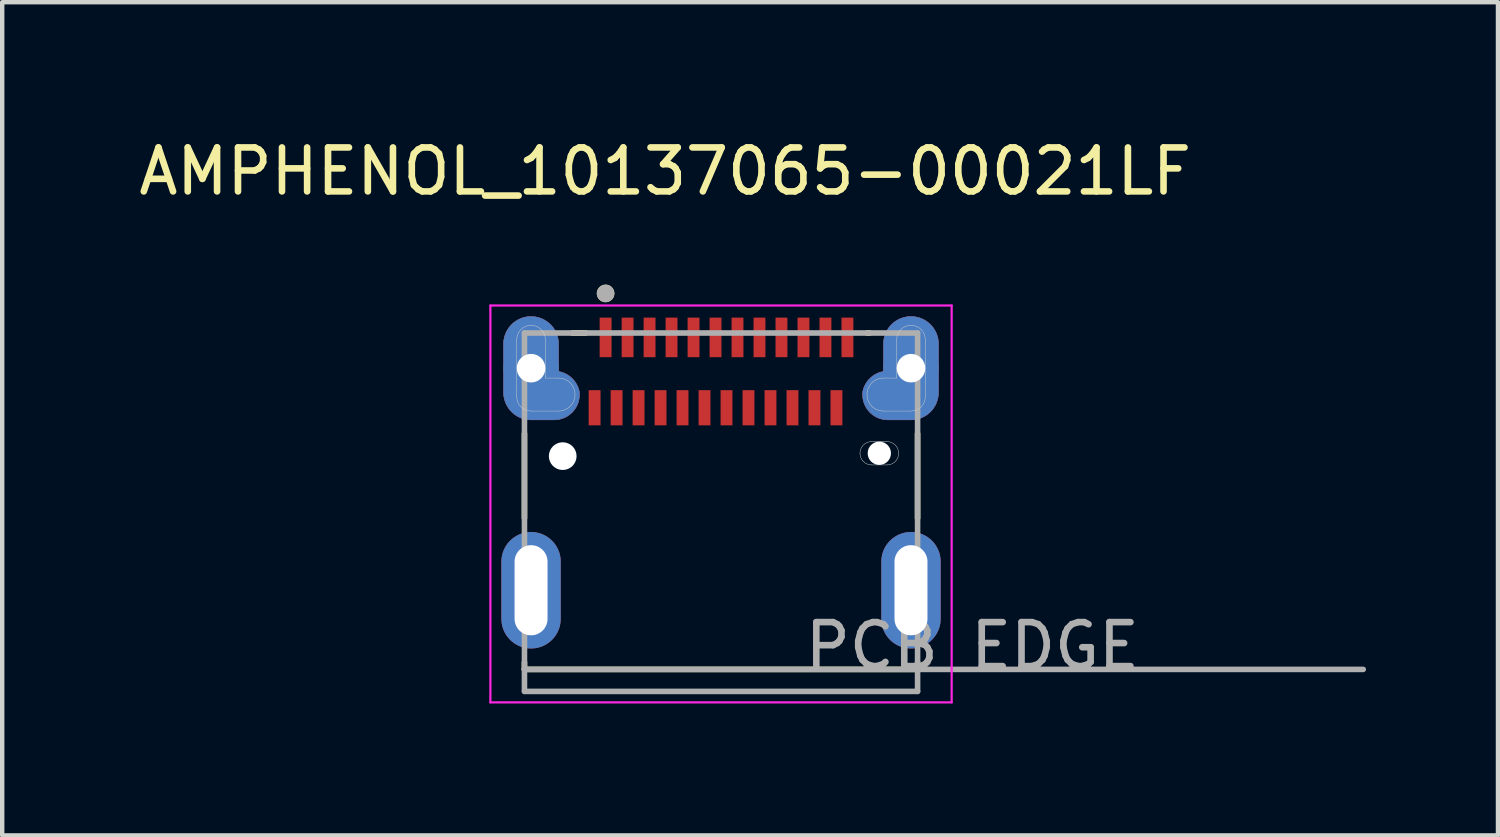
<source format=kicad_pcb>
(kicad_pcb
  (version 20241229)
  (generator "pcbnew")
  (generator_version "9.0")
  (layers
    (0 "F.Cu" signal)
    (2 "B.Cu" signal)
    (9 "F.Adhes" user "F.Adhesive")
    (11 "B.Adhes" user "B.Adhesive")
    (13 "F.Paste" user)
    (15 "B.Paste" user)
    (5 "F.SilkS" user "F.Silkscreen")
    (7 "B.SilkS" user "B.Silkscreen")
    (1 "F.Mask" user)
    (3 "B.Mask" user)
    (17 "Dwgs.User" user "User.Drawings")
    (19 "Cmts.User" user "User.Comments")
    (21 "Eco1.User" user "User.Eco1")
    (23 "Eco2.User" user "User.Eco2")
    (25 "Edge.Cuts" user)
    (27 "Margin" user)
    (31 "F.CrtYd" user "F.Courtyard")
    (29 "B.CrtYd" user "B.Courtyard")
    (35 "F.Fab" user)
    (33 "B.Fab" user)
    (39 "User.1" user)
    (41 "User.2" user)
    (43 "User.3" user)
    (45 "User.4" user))
  (footprint "AMPHENOL_10137065-00021LF"
    (layer "F.Cu")
    (at 13.347 10.373)
    (property "Reference" "AMPHENOL_10137065-00021LF" (at -1.27 -9.525 0) (layer "F.SilkS") (effects (font (size 1 1) (thickness 0.15))))
    (attr smd)
    (fp_poly (pts (xy -3.695 -4.975) (xy -3.695 -5.6) (xy -3.696 -5.633) (xy -3.698 -5.665) (xy -3.703 -5.698) (xy -3.709 -5.73) (xy -3.716 -5.762) (xy -3.726 -5.793) (xy -3.737 -5.824) (xy -3.749 -5.854) (xy -3.763 -5.884) (xy -3.779 -5.912) (xy -3.796 -5.94) (xy -3.814 -5.967) (xy -3.834 -5.993) (xy -3.856 -6.018) (xy -3.878 -6.042) (xy -3.902 -6.064) (xy -3.927 -6.086) (xy -3.953 -6.106) (xy -3.98 -6.124) (xy -4.008 -6.141) (xy -4.036 -6.157) (xy -4.066 -6.171) (xy -4.096 -6.183) (xy -4.127 -6.194) (xy -4.158 -6.204) (xy -4.19 -6.211) (xy -4.222 -6.217) (xy -4.255 -6.222) (xy -4.287 -6.224) (xy -4.32 -6.225) (xy -4.353 -6.224) (xy -4.385 -6.222) (xy -4.418 -6.217) (xy -4.45 -6.211) (xy -4.482 -6.204) (xy -4.513 -6.194) (xy -4.544 -6.183) (xy -4.574 -6.171) (xy -4.604 -6.157) (xy -4.633 -6.141) (xy -4.66 -6.124) (xy -4.687 -6.106) (xy -4.713 -6.086) (xy -4.738 -6.064) (xy -4.762 -6.042) (xy -4.784 -6.018) (xy -4.806 -5.993) (xy -4.826 -5.967) (xy -4.844 -5.94) (xy -4.861 -5.912) (xy -4.877 -5.884) (xy -4.891 -5.854) (xy -4.903 -5.824) (xy -4.914 -5.793) (xy -4.924 -5.762) (xy -4.931 -5.73) (xy -4.937 -5.698) (xy -4.942 -5.665) (xy -4.944 -5.633) (xy -4.945 -5.6) (xy -4.945 -4.5) (xy -4.944 -4.467) (xy -4.942 -4.435) (xy -4.937 -4.402) (xy -4.931 -4.37) (xy -4.924 -4.338) (xy -4.914 -4.307) (xy -4.903 -4.276) (xy -4.891 -4.246) (xy -4.877 -4.216) (xy -4.861 -4.188) (xy -4.844 -4.16) (xy -4.826 -4.133) (xy -4.806 -4.107) (xy -4.784 -4.082) (xy -4.762 -4.058) (xy -4.738 -4.036) (xy -4.713 -4.014) (xy -4.687 -3.994) (xy -4.66 -3.976) (xy -4.633 -3.959) (xy -4.604 -3.943) (xy -4.574 -3.929) (xy -4.544 -3.917) (xy -4.513 -3.906) (xy -4.482 -3.896) (xy -4.45 -3.889) (xy -4.418 -3.883) (xy -4.385 -3.878) (xy -4.353 -3.876) (xy -4.32 -3.875) (xy -3.795 -3.875) (xy -3.765 -3.876) (xy -3.735 -3.878) (xy -3.705 -3.882) (xy -3.675 -3.888) (xy -3.646 -3.895) (xy -3.617 -3.903) (xy -3.589 -3.913) (xy -3.561 -3.925) (xy -3.534 -3.938) (xy -3.508 -3.952) (xy -3.482 -3.968) (xy -3.457 -3.985) (xy -3.433 -4.003) (xy -3.41 -4.023) (xy -3.388 -4.043) (xy -3.368 -4.065) (xy -3.348 -4.088) (xy -3.33 -4.112) (xy -3.313 -4.137) (xy -3.297 -4.162) (xy -3.283 -4.189) (xy -3.27 -4.216) (xy -3.258 -4.244) (xy -3.248 -4.272) (xy -3.24 -4.301) (xy -3.233 -4.33) (xy -3.227 -4.36) (xy -3.223 -4.39) (xy -3.221 -4.42) (xy -3.22 -4.45) (xy -3.22 -4.5) (xy -3.225 -4.523) (xy -3.23 -4.547) (xy -3.237 -4.57) (xy -3.244 -4.592) (xy -3.252 -4.615) (xy -3.262 -4.636) (xy -3.272 -4.658) (xy -3.283 -4.679) (xy -3.295 -4.7) (xy -3.307 -4.72) (xy -3.321 -4.74) (xy -3.335 -4.759) (xy -3.35 -4.777) (xy -3.366 -4.795) (xy -3.383 -4.812) (xy -3.4 -4.829) (xy -3.418 -4.845) (xy -3.436 -4.86) (xy -3.455 -4.874) (xy -3.475 -4.888) (xy -3.495 -4.9) (xy -3.516 -4.912) (xy -3.537 -4.923) (xy -3.559 -4.933) (xy -3.58 -4.943) (xy -3.603 -4.951) (xy -3.625 -4.958) (xy -3.648 -4.965) (xy -3.672 -4.97) (xy -3.695 -4.975)) (stroke (width 0.01) (type solid)) (fill yes) (layer "F.Cu"))
    (fp_poly (pts (xy 3.695 -4.975) (xy 3.695 -5.6) (xy 3.696 -5.633) (xy 3.698 -5.665) (xy 3.703 -5.698) (xy 3.709 -5.73) (xy 3.716 -5.762) (xy 3.726 -5.793) (xy 3.737 -5.824) (xy 3.749 -5.854) (xy 3.763 -5.884) (xy 3.779 -5.912) (xy 3.796 -5.94) (xy 3.814 -5.967) (xy 3.834 -5.993) (xy 3.856 -6.018) (xy 3.878 -6.042) (xy 3.902 -6.064) (xy 3.927 -6.086) (xy 3.953 -6.106) (xy 3.98 -6.124) (xy 4.008 -6.141) (xy 4.036 -6.157) (xy 4.066 -6.171) (xy 4.096 -6.183) (xy 4.127 -6.194) (xy 4.158 -6.204) (xy 4.19 -6.211) (xy 4.222 -6.217) (xy 4.255 -6.222) (xy 4.287 -6.224) (xy 4.32 -6.225) (xy 4.353 -6.224) (xy 4.385 -6.222) (xy 4.418 -6.217) (xy 4.45 -6.211) (xy 4.482 -6.204) (xy 4.513 -6.194) (xy 4.544 -6.183) (xy 4.574 -6.171) (xy 4.604 -6.157) (xy 4.633 -6.141) (xy 4.66 -6.124) (xy 4.687 -6.106) (xy 4.713 -6.086) (xy 4.738 -6.064) (xy 4.762 -6.042) (xy 4.784 -6.018) (xy 4.806 -5.993) (xy 4.826 -5.967) (xy 4.844 -5.94) (xy 4.861 -5.912) (xy 4.877 -5.884) (xy 4.891 -5.854) (xy 4.903 -5.824) (xy 4.914 -5.793) (xy 4.924 -5.762) (xy 4.931 -5.73) (xy 4.937 -5.698) (xy 4.942 -5.665) (xy 4.944 -5.633) (xy 4.945 -5.6) (xy 4.945 -4.5) (xy 4.944 -4.467) (xy 4.942 -4.435) (xy 4.937 -4.402) (xy 4.931 -4.37) (xy 4.924 -4.338) (xy 4.914 -4.307) (xy 4.903 -4.276) (xy 4.891 -4.246) (xy 4.877 -4.216) (xy 4.861 -4.188) (xy 4.844 -4.16) (xy 4.826 -4.133) (xy 4.806 -4.107) (xy 4.784 -4.082) (xy 4.762 -4.058) (xy 4.738 -4.036) (xy 4.713 -4.014) (xy 4.687 -3.994) (xy 4.66 -3.976) (xy 4.633 -3.959) (xy 4.604 -3.943) (xy 4.574 -3.929) (xy 4.544 -3.917) (xy 4.513 -3.906) (xy 4.482 -3.896) (xy 4.45 -3.889) (xy 4.418 -3.883) (xy 4.385 -3.878) (xy 4.353 -3.876) (xy 4.32 -3.875) (xy 3.795 -3.875) (xy 3.765 -3.876) (xy 3.735 -3.878) (xy 3.705 -3.882) (xy 3.675 -3.888) (xy 3.646 -3.895) (xy 3.617 -3.903) (xy 3.589 -3.913) (xy 3.561 -3.925) (xy 3.534 -3.938) (xy 3.508 -3.952) (xy 3.482 -3.968) (xy 3.457 -3.985) (xy 3.433 -4.003) (xy 3.41 -4.023) (xy 3.388 -4.043) (xy 3.368 -4.065) (xy 3.348 -4.088) (xy 3.33 -4.112) (xy 3.313 -4.137) (xy 3.297 -4.162) (xy 3.283 -4.189) (xy 3.27 -4.216) (xy 3.258 -4.244) (xy 3.248 -4.272) (xy 3.24 -4.301) (xy 3.233 -4.33) (xy 3.227 -4.36) (xy 3.223 -4.39) (xy 3.221 -4.42) (xy 3.22 -4.45) (xy 3.22 -4.5) (xy 3.225 -4.523) (xy 3.23 -4.547) (xy 3.237 -4.57) (xy 3.244 -4.592) (xy 3.252 -4.615) (xy 3.262 -4.636) (xy 3.272 -4.658) (xy 3.283 -4.679) (xy 3.295 -4.7) (xy 3.307 -4.72) (xy 3.321 -4.74) (xy 3.335 -4.759) (xy 3.35 -4.777) (xy 3.366 -4.795) (xy 3.383 -4.812) (xy 3.4 -4.829) (xy 3.418 -4.845) (xy 3.436 -4.86) (xy 3.455 -4.874) (xy 3.475 -4.888) (xy 3.495 -4.9) (xy 3.516 -4.912) (xy 3.537 -4.923) (xy 3.559 -4.933) (xy 3.58 -4.943) (xy 3.603 -4.951) (xy 3.625 -4.958) (xy 3.648 -4.965) (xy 3.672 -4.97) (xy 3.695 -4.975)) (stroke (width 0.01) (type solid)) (fill yes) (layer "F.Cu"))
    (fp_poly (pts (xy -3.595 -5.075) (xy -3.595 -5.6) (xy -3.596 -5.638) (xy -3.599 -5.676) (xy -3.604 -5.713) (xy -3.611 -5.751) (xy -3.62 -5.788) (xy -3.63 -5.824) (xy -3.643 -5.86) (xy -3.658 -5.895) (xy -3.674 -5.929) (xy -3.692 -5.963) (xy -3.712 -5.995) (xy -3.733 -6.026) (xy -3.757 -6.056) (xy -3.781 -6.085) (xy -3.807 -6.113) (xy -3.835 -6.139) (xy -3.864 -6.163) (xy -3.894 -6.187) (xy -3.925 -6.208) (xy -3.958 -6.228) (xy -3.991 -6.246) (xy -4.025 -6.262) (xy -4.06 -6.277) (xy -4.096 -6.29) (xy -4.132 -6.3) (xy -4.169 -6.309) (xy -4.207 -6.316) (xy -4.244 -6.321) (xy -4.282 -6.324) (xy -4.32 -6.325) (xy -4.358 -6.324) (xy -4.396 -6.321) (xy -4.433 -6.316) (xy -4.471 -6.309) (xy -4.508 -6.3) (xy -4.544 -6.29) (xy -4.58 -6.277) (xy -4.615 -6.262) (xy -4.649 -6.246) (xy -4.682 -6.228) (xy -4.715 -6.208) (xy -4.746 -6.187) (xy -4.776 -6.163) (xy -4.805 -6.139) (xy -4.833 -6.113) (xy -4.859 -6.085) (xy -4.883 -6.056) (xy -4.907 -6.026) (xy -4.928 -5.995) (xy -4.948 -5.963) (xy -4.966 -5.929) (xy -4.982 -5.895) (xy -4.997 -5.86) (xy -5.01 -5.824) (xy -5.02 -5.788) (xy -5.029 -5.751) (xy -5.036 -5.713) (xy -5.041 -5.676) (xy -5.044 -5.638) (xy -5.045 -5.6) (xy -5.045 -4.5) (xy -5.044 -4.462) (xy -5.041 -4.424) (xy -5.036 -4.387) (xy -5.029 -4.349) (xy -5.02 -4.312) (xy -5.01 -4.276) (xy -4.997 -4.24) (xy -4.982 -4.205) (xy -4.966 -4.171) (xy -4.948 -4.138) (xy -4.928 -4.105) (xy -4.907 -4.074) (xy -4.883 -4.044) (xy -4.859 -4.015) (xy -4.833 -3.987) (xy -4.805 -3.961) (xy -4.776 -3.937) (xy -4.746 -3.913) (xy -4.715 -3.892) (xy -4.683 -3.872) (xy -4.649 -3.854) (xy -4.615 -3.838) (xy -4.58 -3.823) (xy -4.544 -3.81) (xy -4.508 -3.8) (xy -4.471 -3.791) (xy -4.433 -3.784) (xy -4.396 -3.779) (xy -4.358 -3.776) (xy -4.32 -3.775) (xy -3.795 -3.775) (xy -3.76 -3.776) (xy -3.724 -3.779) (xy -3.689 -3.783) (xy -3.655 -3.79) (xy -3.62 -3.798) (xy -3.586 -3.808) (xy -3.553 -3.82) (xy -3.52 -3.833) (xy -3.489 -3.849) (xy -3.458 -3.865) (xy -3.427 -3.884) (xy -3.398 -3.904) (xy -3.37 -3.925) (xy -3.343 -3.948) (xy -3.318 -3.973) (xy -3.293 -3.998) (xy -3.27 -4.025) (xy -3.249 -4.053) (xy -3.229 -4.082) (xy -3.21 -4.112) (xy -3.194 -4.144) (xy -3.178 -4.175) (xy -3.165 -4.208) (xy -3.153 -4.241) (xy -3.143 -4.275) (xy -3.135 -4.31) (xy -3.128 -4.344) (xy -3.124 -4.379) (xy -3.121 -4.415) (xy -3.12 -4.45) (xy -3.12 -4.5) (xy -3.123 -4.531) (xy -3.127 -4.557) (xy -3.132 -4.583) (xy -3.138 -4.609) (xy -3.145 -4.635) (xy -3.153 -4.66) (xy -3.162 -4.685) (xy -3.173 -4.709) (xy -3.184 -4.733) (xy -3.196 -4.757) (xy -3.209 -4.78) (xy -3.223 -4.802) (xy -3.238 -4.824) (xy -3.253 -4.846) (xy -3.27 -4.866) (xy -3.287 -4.886) (xy -3.306 -4.905) (xy -3.325 -4.924) (xy -3.344 -4.941) (xy -3.365 -4.958) (xy -3.386 -4.974) (xy -3.408 -4.989) (xy -3.43 -5.004) (xy -3.453 -5.017) (xy -3.476 -5.029) (xy -3.5 -5.041) (xy -3.525 -5.051) (xy -3.549 -5.061) (xy -3.574 -5.069) (xy -3.595 -5.075)) (stroke (width 0.01) (type solid)) (fill yes) (layer "F.Mask"))
    (fp_poly (pts (xy 3.595 -5.075) (xy 3.595 -5.6) (xy 3.596 -5.638) (xy 3.599 -5.676) (xy 3.604 -5.713) (xy 3.611 -5.751) (xy 3.62 -5.788) (xy 3.63 -5.824) (xy 3.643 -5.86) (xy 3.658 -5.895) (xy 3.674 -5.929) (xy 3.692 -5.963) (xy 3.712 -5.995) (xy 3.733 -6.026) (xy 3.757 -6.056) (xy 3.781 -6.085) (xy 3.807 -6.113) (xy 3.835 -6.139) (xy 3.864 -6.163) (xy 3.894 -6.187) (xy 3.925 -6.208) (xy 3.958 -6.228) (xy 3.991 -6.246) (xy 4.025 -6.262) (xy 4.06 -6.277) (xy 4.096 -6.29) (xy 4.132 -6.3) (xy 4.169 -6.309) (xy 4.207 -6.316) (xy 4.244 -6.321) (xy 4.282 -6.324) (xy 4.32 -6.325) (xy 4.358 -6.324) (xy 4.396 -6.321) (xy 4.433 -6.316) (xy 4.471 -6.309) (xy 4.508 -6.3) (xy 4.544 -6.29) (xy 4.58 -6.277) (xy 4.615 -6.262) (xy 4.649 -6.246) (xy 4.682 -6.228) (xy 4.715 -6.208) (xy 4.746 -6.187) (xy 4.776 -6.163) (xy 4.805 -6.139) (xy 4.833 -6.113) (xy 4.859 -6.085) (xy 4.883 -6.056) (xy 4.907 -6.026) (xy 4.928 -5.995) (xy 4.948 -5.963) (xy 4.966 -5.929) (xy 4.982 -5.895) (xy 4.997 -5.86) (xy 5.01 -5.824) (xy 5.02 -5.788) (xy 5.029 -5.751) (xy 5.036 -5.713) (xy 5.041 -5.676) (xy 5.044 -5.638) (xy 5.045 -5.6) (xy 5.045 -4.5) (xy 5.044 -4.462) (xy 5.041 -4.424) (xy 5.036 -4.387) (xy 5.029 -4.349) (xy 5.02 -4.312) (xy 5.01 -4.276) (xy 4.997 -4.24) (xy 4.982 -4.205) (xy 4.966 -4.171) (xy 4.948 -4.138) (xy 4.928 -4.105) (xy 4.907 -4.074) (xy 4.883 -4.044) (xy 4.859 -4.015) (xy 4.833 -3.987) (xy 4.805 -3.961) (xy 4.776 -3.937) (xy 4.746 -3.913) (xy 4.715 -3.892) (xy 4.683 -3.872) (xy 4.649 -3.854) (xy 4.615 -3.838) (xy 4.58 -3.823) (xy 4.544 -3.81) (xy 4.508 -3.8) (xy 4.471 -3.791) (xy 4.433 -3.784) (xy 4.396 -3.779) (xy 4.358 -3.776) (xy 4.32 -3.775) (xy 3.795 -3.775) (xy 3.76 -3.776) (xy 3.724 -3.779) (xy 3.689 -3.783) (xy 3.655 -3.79) (xy 3.62 -3.798) (xy 3.586 -3.808) (xy 3.553 -3.82) (xy 3.52 -3.833) (xy 3.489 -3.849) (xy 3.458 -3.865) (xy 3.427 -3.884) (xy 3.398 -3.904) (xy 3.37 -3.925) (xy 3.343 -3.948) (xy 3.318 -3.973) (xy 3.293 -3.998) (xy 3.27 -4.025) (xy 3.249 -4.053) (xy 3.229 -4.082) (xy 3.21 -4.112) (xy 3.194 -4.144) (xy 3.178 -4.175) (xy 3.165 -4.208) (xy 3.153 -4.241) (xy 3.143 -4.275) (xy 3.135 -4.31) (xy 3.128 -4.344) (xy 3.124 -4.379) (xy 3.121 -4.415) (xy 3.12 -4.45) (xy 3.12 -4.5) (xy 3.123 -4.531) (xy 3.127 -4.557) (xy 3.132 -4.583) (xy 3.138 -4.609) (xy 3.145 -4.635) (xy 3.153 -4.66) (xy 3.162 -4.685) (xy 3.173 -4.709) (xy 3.184 -4.733) (xy 3.196 -4.757) (xy 3.209 -4.78) (xy 3.223 -4.802) (xy 3.238 -4.824) (xy 3.253 -4.846) (xy 3.27 -4.866) (xy 3.287 -4.886) (xy 3.306 -4.905) (xy 3.325 -4.924) (xy 3.344 -4.941) (xy 3.365 -4.958) (xy 3.386 -4.974) (xy 3.408 -4.989) (xy 3.43 -5.004) (xy 3.453 -5.017) (xy 3.476 -5.029) (xy 3.5 -5.041) (xy 3.525 -5.051) (xy 3.549 -5.061) (xy 3.574 -5.069) (xy 3.595 -5.075)) (stroke (width 0.01) (type solid)) (fill yes) (layer "F.Mask"))
    (fp_poly (pts (xy -3.695 -4.975) (xy -3.695 -5.6) (xy -3.696 -5.633) (xy -3.698 -5.665) (xy -3.703 -5.698) (xy -3.709 -5.73) (xy -3.716 -5.762) (xy -3.726 -5.793) (xy -3.737 -5.824) (xy -3.749 -5.854) (xy -3.763 -5.884) (xy -3.779 -5.912) (xy -3.796 -5.94) (xy -3.814 -5.967) (xy -3.834 -5.993) (xy -3.856 -6.018) (xy -3.878 -6.042) (xy -3.902 -6.064) (xy -3.927 -6.086) (xy -3.953 -6.106) (xy -3.98 -6.124) (xy -4.008 -6.141) (xy -4.036 -6.157) (xy -4.066 -6.171) (xy -4.096 -6.183) (xy -4.127 -6.194) (xy -4.158 -6.204) (xy -4.19 -6.211) (xy -4.222 -6.217) (xy -4.255 -6.222) (xy -4.287 -6.224) (xy -4.32 -6.225) (xy -4.353 -6.224) (xy -4.385 -6.222) (xy -4.418 -6.217) (xy -4.45 -6.211) (xy -4.482 -6.204) (xy -4.513 -6.194) (xy -4.544 -6.183) (xy -4.574 -6.171) (xy -4.604 -6.157) (xy -4.633 -6.141) (xy -4.66 -6.124) (xy -4.687 -6.106) (xy -4.713 -6.086) (xy -4.738 -6.064) (xy -4.762 -6.042) (xy -4.784 -6.018) (xy -4.806 -5.993) (xy -4.826 -5.967) (xy -4.844 -5.94) (xy -4.861 -5.912) (xy -4.877 -5.884) (xy -4.891 -5.854) (xy -4.903 -5.824) (xy -4.914 -5.793) (xy -4.924 -5.762) (xy -4.931 -5.73) (xy -4.937 -5.698) (xy -4.942 -5.665) (xy -4.944 -5.633) (xy -4.945 -5.6) (xy -4.945 -4.5) (xy -4.944 -4.467) (xy -4.942 -4.435) (xy -4.937 -4.402) (xy -4.931 -4.37) (xy -4.924 -4.338) (xy -4.914 -4.307) (xy -4.903 -4.276) (xy -4.891 -4.246) (xy -4.877 -4.216) (xy -4.861 -4.188) (xy -4.844 -4.16) (xy -4.826 -4.133) (xy -4.806 -4.107) (xy -4.784 -4.082) (xy -4.762 -4.058) (xy -4.738 -4.036) (xy -4.713 -4.014) (xy -4.687 -3.994) (xy -4.66 -3.976) (xy -4.633 -3.959) (xy -4.604 -3.943) (xy -4.574 -3.929) (xy -4.544 -3.917) (xy -4.513 -3.906) (xy -4.482 -3.896) (xy -4.45 -3.889) (xy -4.418 -3.883) (xy -4.385 -3.878) (xy -4.353 -3.876) (xy -4.32 -3.875) (xy -3.795 -3.875) (xy -3.765 -3.876) (xy -3.735 -3.878) (xy -3.705 -3.882) (xy -3.675 -3.888) (xy -3.646 -3.895) (xy -3.617 -3.903) (xy -3.589 -3.913) (xy -3.561 -3.925) (xy -3.534 -3.938) (xy -3.508 -3.952) (xy -3.482 -3.968) (xy -3.457 -3.985) (xy -3.433 -4.003) (xy -3.41 -4.023) (xy -3.388 -4.043) (xy -3.368 -4.065) (xy -3.348 -4.088) (xy -3.33 -4.112) (xy -3.313 -4.137) (xy -3.297 -4.162) (xy -3.283 -4.189) (xy -3.27 -4.216) (xy -3.258 -4.244) (xy -3.248 -4.272) (xy -3.24 -4.301) (xy -3.233 -4.33) (xy -3.227 -4.36) (xy -3.223 -4.39) (xy -3.221 -4.42) (xy -3.22 -4.45) (xy -3.22 -4.5) (xy -3.225 -4.523) (xy -3.23 -4.547) (xy -3.237 -4.57) (xy -3.244 -4.592) (xy -3.252 -4.615) (xy -3.262 -4.636) (xy -3.272 -4.658) (xy -3.283 -4.679) (xy -3.295 -4.7) (xy -3.307 -4.72) (xy -3.321 -4.74) (xy -3.335 -4.759) (xy -3.35 -4.777) (xy -3.366 -4.795) (xy -3.383 -4.812) (xy -3.4 -4.829) (xy -3.418 -4.845) (xy -3.436 -4.86) (xy -3.455 -4.874) (xy -3.475 -4.888) (xy -3.495 -4.9) (xy -3.516 -4.912) (xy -3.537 -4.923) (xy -3.559 -4.933) (xy -3.58 -4.943) (xy -3.603 -4.951) (xy -3.625 -4.958) (xy -3.648 -4.965) (xy -3.672 -4.97) (xy -3.695 -4.975)) (stroke (width 0.01) (type solid)) (fill yes) (layer "B.Cu"))
    (fp_poly (pts (xy 3.695 -4.975) (xy 3.695 -5.6) (xy 3.696 -5.633) (xy 3.698 -5.665) (xy 3.703 -5.698) (xy 3.709 -5.73) (xy 3.716 -5.762) (xy 3.726 -5.793) (xy 3.737 -5.824) (xy 3.749 -5.854) (xy 3.763 -5.884) (xy 3.779 -5.912) (xy 3.796 -5.94) (xy 3.814 -5.967) (xy 3.834 -5.993) (xy 3.856 -6.018) (xy 3.878 -6.042) (xy 3.902 -6.064) (xy 3.927 -6.086) (xy 3.953 -6.106) (xy 3.98 -6.124) (xy 4.008 -6.141) (xy 4.036 -6.157) (xy 4.066 -6.171) (xy 4.096 -6.183) (xy 4.127 -6.194) (xy 4.158 -6.204) (xy 4.19 -6.211) (xy 4.222 -6.217) (xy 4.255 -6.222) (xy 4.287 -6.224) (xy 4.32 -6.225) (xy 4.353 -6.224) (xy 4.385 -6.222) (xy 4.418 -6.217) (xy 4.45 -6.211) (xy 4.482 -6.204) (xy 4.513 -6.194) (xy 4.544 -6.183) (xy 4.574 -6.171) (xy 4.604 -6.157) (xy 4.633 -6.141) (xy 4.66 -6.124) (xy 4.687 -6.106) (xy 4.713 -6.086) (xy 4.738 -6.064) (xy 4.762 -6.042) (xy 4.784 -6.018) (xy 4.806 -5.993) (xy 4.826 -5.967) (xy 4.844 -5.94) (xy 4.861 -5.912) (xy 4.877 -5.884) (xy 4.891 -5.854) (xy 4.903 -5.824) (xy 4.914 -5.793) (xy 4.924 -5.762) (xy 4.931 -5.73) (xy 4.937 -5.698) (xy 4.942 -5.665) (xy 4.944 -5.633) (xy 4.945 -5.6) (xy 4.945 -4.5) (xy 4.944 -4.467) (xy 4.942 -4.435) (xy 4.937 -4.402) (xy 4.931 -4.37) (xy 4.924 -4.338) (xy 4.914 -4.307) (xy 4.903 -4.276) (xy 4.891 -4.246) (xy 4.877 -4.216) (xy 4.861 -4.188) (xy 4.844 -4.16) (xy 4.826 -4.133) (xy 4.806 -4.107) (xy 4.784 -4.082) (xy 4.762 -4.058) (xy 4.738 -4.036) (xy 4.713 -4.014) (xy 4.687 -3.994) (xy 4.66 -3.976) (xy 4.633 -3.959) (xy 4.604 -3.943) (xy 4.574 -3.929) (xy 4.544 -3.917) (xy 4.513 -3.906) (xy 4.482 -3.896) (xy 4.45 -3.889) (xy 4.418 -3.883) (xy 4.385 -3.878) (xy 4.353 -3.876) (xy 4.32 -3.875) (xy 3.795 -3.875) (xy 3.765 -3.876) (xy 3.735 -3.878) (xy 3.705 -3.882) (xy 3.675 -3.888) (xy 3.646 -3.895) (xy 3.617 -3.903) (xy 3.589 -3.913) (xy 3.561 -3.925) (xy 3.534 -3.938) (xy 3.508 -3.952) (xy 3.482 -3.968) (xy 3.457 -3.985) (xy 3.433 -4.003) (xy 3.41 -4.023) (xy 3.388 -4.043) (xy 3.368 -4.065) (xy 3.348 -4.088) (xy 3.33 -4.112) (xy 3.313 -4.137) (xy 3.297 -4.162) (xy 3.283 -4.189) (xy 3.27 -4.216) (xy 3.258 -4.244) (xy 3.248 -4.272) (xy 3.24 -4.301) (xy 3.233 -4.33) (xy 3.227 -4.36) (xy 3.223 -4.39) (xy 3.221 -4.42) (xy 3.22 -4.45) (xy 3.22 -4.5) (xy 3.225 -4.523) (xy 3.23 -4.547) (xy 3.237 -4.57) (xy 3.244 -4.592) (xy 3.252 -4.615) (xy 3.262 -4.636) (xy 3.272 -4.658) (xy 3.283 -4.679) (xy 3.295 -4.7) (xy 3.307 -4.72) (xy 3.321 -4.74) (xy 3.335 -4.759) (xy 3.35 -4.777) (xy 3.366 -4.795) (xy 3.383 -4.812) (xy 3.4 -4.829) (xy 3.418 -4.845) (xy 3.436 -4.86) (xy 3.455 -4.874) (xy 3.475 -4.888) (xy 3.495 -4.9) (xy 3.516 -4.912) (xy 3.537 -4.923) (xy 3.559 -4.933) (xy 3.58 -4.943) (xy 3.603 -4.951) (xy 3.625 -4.958) (xy 3.648 -4.965) (xy 3.672 -4.97) (xy 3.695 -4.975)) (stroke (width 0.01) (type solid)) (fill yes) (layer "B.Cu"))
    (fp_poly (pts (xy -3.595 -5.075) (xy -3.595 -5.6) (xy -3.596 -5.638) (xy -3.599 -5.676) (xy -3.604 -5.713) (xy -3.611 -5.751) (xy -3.62 -5.788) (xy -3.63 -5.824) (xy -3.643 -5.86) (xy -3.658 -5.895) (xy -3.674 -5.929) (xy -3.692 -5.963) (xy -3.712 -5.995) (xy -3.733 -6.026) (xy -3.757 -6.056) (xy -3.781 -6.085) (xy -3.807 -6.113) (xy -3.835 -6.139) (xy -3.864 -6.163) (xy -3.894 -6.187) (xy -3.925 -6.208) (xy -3.958 -6.228) (xy -3.991 -6.246) (xy -4.025 -6.262) (xy -4.06 -6.277) (xy -4.096 -6.29) (xy -4.132 -6.3) (xy -4.169 -6.309) (xy -4.207 -6.316) (xy -4.244 -6.321) (xy -4.282 -6.324) (xy -4.32 -6.325) (xy -4.358 -6.324) (xy -4.396 -6.321) (xy -4.433 -6.316) (xy -4.471 -6.309) (xy -4.508 -6.3) (xy -4.544 -6.29) (xy -4.58 -6.277) (xy -4.615 -6.262) (xy -4.649 -6.246) (xy -4.682 -6.228) (xy -4.715 -6.208) (xy -4.746 -6.187) (xy -4.776 -6.163) (xy -4.805 -6.139) (xy -4.833 -6.113) (xy -4.859 -6.085) (xy -4.883 -6.056) (xy -4.907 -6.026) (xy -4.928 -5.995) (xy -4.948 -5.963) (xy -4.966 -5.929) (xy -4.982 -5.895) (xy -4.997 -5.86) (xy -5.01 -5.824) (xy -5.02 -5.788) (xy -5.029 -5.751) (xy -5.036 -5.713) (xy -5.041 -5.676) (xy -5.044 -5.638) (xy -5.045 -5.6) (xy -5.045 -4.5) (xy -5.044 -4.462) (xy -5.041 -4.424) (xy -5.036 -4.387) (xy -5.029 -4.349) (xy -5.02 -4.312) (xy -5.01 -4.276) (xy -4.997 -4.24) (xy -4.982 -4.205) (xy -4.966 -4.171) (xy -4.948 -4.138) (xy -4.928 -4.105) (xy -4.907 -4.074) (xy -4.883 -4.044) (xy -4.859 -4.015) (xy -4.833 -3.987) (xy -4.805 -3.961) (xy -4.776 -3.937) (xy -4.746 -3.913) (xy -4.715 -3.892) (xy -4.683 -3.872) (xy -4.649 -3.854) (xy -4.615 -3.838) (xy -4.58 -3.823) (xy -4.544 -3.81) (xy -4.508 -3.8) (xy -4.471 -3.791) (xy -4.433 -3.784) (xy -4.396 -3.779) (xy -4.358 -3.776) (xy -4.32 -3.775) (xy -3.795 -3.775) (xy -3.76 -3.776) (xy -3.724 -3.779) (xy -3.689 -3.783) (xy -3.655 -3.79) (xy -3.62 -3.798) (xy -3.586 -3.808) (xy -3.553 -3.82) (xy -3.52 -3.833) (xy -3.489 -3.849) (xy -3.458 -3.865) (xy -3.427 -3.884) (xy -3.398 -3.904) (xy -3.37 -3.925) (xy -3.343 -3.948) (xy -3.318 -3.973) (xy -3.293 -3.998) (xy -3.27 -4.025) (xy -3.249 -4.053) (xy -3.229 -4.082) (xy -3.21 -4.112) (xy -3.194 -4.144) (xy -3.178 -4.175) (xy -3.165 -4.208) (xy -3.153 -4.241) (xy -3.143 -4.275) (xy -3.135 -4.31) (xy -3.128 -4.344) (xy -3.124 -4.379) (xy -3.121 -4.415) (xy -3.12 -4.45) (xy -3.12 -4.5) (xy -3.123 -4.531) (xy -3.127 -4.557) (xy -3.132 -4.583) (xy -3.138 -4.609) (xy -3.145 -4.635) (xy -3.153 -4.66) (xy -3.162 -4.685) (xy -3.173 -4.709) (xy -3.184 -4.733) (xy -3.196 -4.757) (xy -3.209 -4.78) (xy -3.223 -4.802) (xy -3.238 -4.824) (xy -3.253 -4.846) (xy -3.27 -4.866) (xy -3.287 -4.886) (xy -3.306 -4.905) (xy -3.325 -4.924) (xy -3.344 -4.941) (xy -3.365 -4.958) (xy -3.386 -4.974) (xy -3.408 -4.989) (xy -3.43 -5.004) (xy -3.453 -5.017) (xy -3.476 -5.029) (xy -3.5 -5.041) (xy -3.525 -5.051) (xy -3.549 -5.061) (xy -3.574 -5.069) (xy -3.595 -5.075)) (stroke (width 0.01) (type solid)) (fill yes) (layer "B.Mask"))
    (fp_poly (pts (xy 3.595 -5.075) (xy 3.595 -5.6) (xy 3.596 -5.638) (xy 3.599 -5.676) (xy 3.604 -5.713) (xy 3.611 -5.751) (xy 3.62 -5.788) (xy 3.63 -5.824) (xy 3.643 -5.86) (xy 3.658 -5.895) (xy 3.674 -5.929) (xy 3.692 -5.963) (xy 3.712 -5.995) (xy 3.733 -6.026) (xy 3.757 -6.056) (xy 3.781 -6.085) (xy 3.807 -6.113) (xy 3.835 -6.139) (xy 3.864 -6.163) (xy 3.894 -6.187) (xy 3.925 -6.208) (xy 3.958 -6.228) (xy 3.991 -6.246) (xy 4.025 -6.262) (xy 4.06 -6.277) (xy 4.096 -6.29) (xy 4.132 -6.3) (xy 4.169 -6.309) (xy 4.207 -6.316) (xy 4.244 -6.321) (xy 4.282 -6.324) (xy 4.32 -6.325) (xy 4.358 -6.324) (xy 4.396 -6.321) (xy 4.433 -6.316) (xy 4.471 -6.309) (xy 4.508 -6.3) (xy 4.544 -6.29) (xy 4.58 -6.277) (xy 4.615 -6.262) (xy 4.649 -6.246) (xy 4.682 -6.228) (xy 4.715 -6.208) (xy 4.746 -6.187) (xy 4.776 -6.163) (xy 4.805 -6.139) (xy 4.833 -6.113) (xy 4.859 -6.085) (xy 4.883 -6.056) (xy 4.907 -6.026) (xy 4.928 -5.995) (xy 4.948 -5.963) (xy 4.966 -5.929) (xy 4.982 -5.895) (xy 4.997 -5.86) (xy 5.01 -5.824) (xy 5.02 -5.788) (xy 5.029 -5.751) (xy 5.036 -5.713) (xy 5.041 -5.676) (xy 5.044 -5.638) (xy 5.045 -5.6) (xy 5.045 -4.5) (xy 5.044 -4.462) (xy 5.041 -4.424) (xy 5.036 -4.387) (xy 5.029 -4.349) (xy 5.02 -4.312) (xy 5.01 -4.276) (xy 4.997 -4.24) (xy 4.982 -4.205) (xy 4.966 -4.171) (xy 4.948 -4.138) (xy 4.928 -4.105) (xy 4.907 -4.074) (xy 4.883 -4.044) (xy 4.859 -4.015) (xy 4.833 -3.987) (xy 4.805 -3.961) (xy 4.776 -3.937) (xy 4.746 -3.913) (xy 4.715 -3.892) (xy 4.683 -3.872) (xy 4.649 -3.854) (xy 4.615 -3.838) (xy 4.58 -3.823) (xy 4.544 -3.81) (xy 4.508 -3.8) (xy 4.471 -3.791) (xy 4.433 -3.784) (xy 4.396 -3.779) (xy 4.358 -3.776) (xy 4.32 -3.775) (xy 3.795 -3.775) (xy 3.76 -3.776) (xy 3.724 -3.779) (xy 3.689 -3.783) (xy 3.655 -3.79) (xy 3.62 -3.798) (xy 3.586 -3.808) (xy 3.553 -3.82) (xy 3.52 -3.833) (xy 3.489 -3.849) (xy 3.458 -3.865) (xy 3.427 -3.884) (xy 3.398 -3.904) (xy 3.37 -3.925) (xy 3.343 -3.948) (xy 3.318 -3.973) (xy 3.293 -3.998) (xy 3.27 -4.025) (xy 3.249 -4.053) (xy 3.229 -4.082) (xy 3.21 -4.112) (xy 3.194 -4.144) (xy 3.178 -4.175) (xy 3.165 -4.208) (xy 3.153 -4.241) (xy 3.143 -4.275) (xy 3.135 -4.31) (xy 3.128 -4.344) (xy 3.124 -4.379) (xy 3.121 -4.415) (xy 3.12 -4.45) (xy 3.12 -4.5) (xy 3.123 -4.531) (xy 3.127 -4.557) (xy 3.132 -4.583) (xy 3.138 -4.609) (xy 3.145 -4.635) (xy 3.153 -4.66) (xy 3.162 -4.685) (xy 3.173 -4.709) (xy 3.184 -4.733) (xy 3.196 -4.757) (xy 3.209 -4.78) (xy 3.223 -4.802) (xy 3.238 -4.824) (xy 3.253 -4.846) (xy 3.27 -4.866) (xy 3.287 -4.886) (xy 3.306 -4.905) (xy 3.325 -4.924) (xy 3.344 -4.941) (xy 3.365 -4.958) (xy 3.386 -4.974) (xy 3.408 -4.989) (xy 3.43 -5.004) (xy 3.453 -5.017) (xy 3.476 -5.029) (xy 3.5 -5.041) (xy 3.525 -5.051) (xy 3.549 -5.061) (xy 3.574 -5.069) (xy 3.595 -5.075)) (stroke (width 0.01) (type solid)) (fill yes) (layer "B.Mask"))
    (fp_line (start -4.47 -1.639) (end -4.47 -3.562) (stroke (width 0.127) (type solid)) (layer "F.SilkS"))
    (fp_line (start -4.47 1.8) (end -4.47 1.639) (stroke (width 0.127) (type solid)) (layer "F.SilkS"))
    (fp_line (start -3.381 -5.85) (end -3.074 -5.85) (stroke (width 0.127) (type solid)) (layer "F.SilkS"))
    (fp_line (start 3.324 -5.85) (end 3.381 -5.85) (stroke (width 0.127) (type solid)) (layer "F.SilkS"))
    (fp_line (start 4.47 -3.562) (end 4.47 -1.639) (stroke (width 0.127) (type solid)) (layer "F.SilkS"))
    (fp_line (start 4.47 1.639) (end 4.47 1.8) (stroke (width 0.127) (type solid)) (layer "F.SilkS"))
    (fp_line (start 4.47 1.8) (end -4.47 1.8) (stroke (width 0.127) (type solid)) (layer "F.SilkS"))
    (fp_circle (center -2.625 -6.75) (end -2.525 -6.75) (stroke (width 0.2) (type solid)) (fill no) (layer "F.SilkS"))
    (fp_line (start -4.645 -5.7) (end -4.645 -4.4) (stroke (width 0.01) (type solid)) (layer "Edge.Cuts"))
    (fp_line (start -4.32 -4.075) (end -3.695 -4.075) (stroke (width 0.01) (type solid)) (layer "Edge.Cuts"))
    (fp_line (start -3.995 -4.825) (end -3.995 -5.7) (stroke (width 0.01) (type solid)) (layer "Edge.Cuts"))
    (fp_line (start -3.695 -4.825) (end -3.995 -4.825) (stroke (width 0.01) (type solid)) (layer "Edge.Cuts"))
    (fp_line (start 3.425 -3.38) (end 3.775 -3.38) (stroke (width 0.01) (type solid)) (layer "Edge.Cuts"))
    (fp_line (start 3.695 -4.825) (end 3.995 -4.825) (stroke (width 0.01) (type solid)) (layer "Edge.Cuts"))
    (fp_line (start 3.775 -2.85) (end 3.425 -2.85) (stroke (width 0.01) (type solid)) (layer "Edge.Cuts"))
    (fp_line (start 3.995 -4.825) (end 3.995 -5.7) (stroke (width 0.01) (type solid)) (layer "Edge.Cuts"))
    (fp_line (start 4.32 -4.075) (end 3.695 -4.075) (stroke (width 0.01) (type solid)) (layer "Edge.Cuts"))
    (fp_line (start 4.645 -5.7) (end 4.645 -4.4) (stroke (width 0.01) (type solid)) (layer "Edge.Cuts"))
    (fp_arc (start -4.645 -5.7) (mid -4.54981 -5.92981) (end -4.32 -6.025) (stroke (width 0.01) (type solid)) (layer "Edge.Cuts"))
    (fp_arc (start -4.32 -6.025) (mid -4.09019 -5.92981) (end -3.995 -5.7) (stroke (width 0.01) (type solid)) (layer "Edge.Cuts"))
    (fp_arc (start -4.32 -4.075) (mid -4.54981 -4.17019) (end -4.645 -4.4) (stroke (width 0.01) (type solid)) (layer "Edge.Cuts"))
    (fp_arc (start -3.695 -4.825) (mid -3.429835 -4.715165) (end -3.32 -4.45) (stroke (width 0.01) (type solid)) (layer "Edge.Cuts"))
    (fp_arc (start -3.32 -4.45) (mid -3.429835 -4.184835) (end -3.695 -4.075) (stroke (width 0.01) (type solid)) (layer "Edge.Cuts"))
    (fp_arc (start 3.16 -3.115) (mid 3.237617 -3.302383) (end 3.425 -3.38) (stroke (width 0.01) (type solid)) (layer "Edge.Cuts"))
    (fp_arc (start 3.32 -4.45) (mid 3.429835 -4.715165) (end 3.695 -4.825) (stroke (width 0.01) (type solid)) (layer "Edge.Cuts"))
    (fp_arc (start 3.425 -2.85) (mid 3.237617 -2.927617) (end 3.16 -3.115) (stroke (width 0.01) (type solid)) (layer "Edge.Cuts"))
    (fp_arc (start 3.695 -4.075) (mid 3.429835 -4.184835) (end 3.32 -4.45) (stroke (width 0.01) (type solid)) (layer "Edge.Cuts"))
    (fp_arc (start 3.775 -3.38) (mid 3.962383 -3.302383) (end 4.04 -3.115) (stroke (width 0.01) (type solid)) (layer "Edge.Cuts"))
    (fp_arc (start 3.995 -5.7) (mid 4.09019 -5.92981) (end 4.32 -6.025) (stroke (width 0.01) (type solid)) (layer "Edge.Cuts"))
    (fp_arc (start 4.04 -3.115) (mid 3.962383 -2.927617) (end 3.775 -2.85) (stroke (width 0.01) (type solid)) (layer "Edge.Cuts"))
    (fp_arc (start 4.32 -6.025) (mid 4.54981 -5.92981) (end 4.645 -5.7) (stroke (width 0.01) (type solid)) (layer "Edge.Cuts"))
    (fp_arc (start 4.645 -4.4) (mid 4.54981 -4.17019) (end 4.32 -4.075) (stroke (width 0.01) (type solid)) (layer "Edge.Cuts"))
    (fp_line (start -5.245 -6.475) (end 5.245 -6.475) (stroke (width 0.05) (type solid)) (layer "F.CrtYd"))
    (fp_line (start -5.245 2.55) (end -5.245 -6.475) (stroke (width 0.05) (type solid)) (layer "F.CrtYd"))
    (fp_line (start 5.245 -6.475) (end 5.245 2.55) (stroke (width 0.05) (type solid)) (layer "F.CrtYd"))
    (fp_line (start 5.245 2.55) (end -5.245 2.55) (stroke (width 0.05) (type solid)) (layer "F.CrtYd"))
    (fp_line (start -4.47 -5.85) (end 4.47 -5.85) (stroke (width 0.127) (type solid)) (layer "F.Fab"))
    (fp_line (start -4.47 1.8) (end -4.47 -5.85) (stroke (width 0.127) (type solid)) (layer "F.Fab"))
    (fp_line (start -4.47 1.8) (end 14.605 1.8) (stroke (width 0.127) (type solid)) (layer "F.Fab"))
    (fp_line (start -4.47 2.3) (end -4.47 1.8) (stroke (width 0.127) (type solid)) (layer "F.Fab"))
    (fp_line (start 4.47 -5.85) (end 4.47 2.3) (stroke (width 0.127) (type solid)) (layer "F.Fab"))
    (fp_line (start 4.47 2.3) (end -4.47 2.3) (stroke (width 0.127) (type solid)) (layer "F.Fab"))
    (fp_circle (center -2.625 -6.75) (end -2.525 -6.75) (stroke (width 0.2) (type solid)) (fill no) (layer "F.Fab"))
    (fp_text user "PCB EDGE" (at 5.715 1.27 0) (layer "F.Fab") (effects (font (size 1 1) (thickness 0.15))))
    (pad "" np_thru_hole circle (at -3.6 -3.05) (size 0.63 0.63) (drill 0.63) (layers "*.Cu" "*.Mask"))
    (pad "" np_thru_hole circle (at 3.6 -3.115) (size 0.53 0.53) (drill 0.53) (layers "*.Cu" "*.Mask"))
    (pad "A1" smd rect (at -2.625 -5.75) (size 0.27 0.9) (layers "F.Cu" "F.Mask" "F.Paste"))
    (pad "A2" smd rect (at -2.125 -5.75) (size 0.27 0.9) (layers "F.Cu" "F.Mask" "F.Paste"))
    (pad "A3" smd rect (at -1.625 -5.75) (size 0.27 0.9) (layers "F.Cu" "F.Mask" "F.Paste"))
    (pad "A4" smd rect (at -1.125 -5.75) (size 0.27 0.9) (layers "F.Cu" "F.Mask" "F.Paste"))
    (pad "A5" smd rect (at -0.625 -5.75) (size 0.27 0.9) (layers "F.Cu" "F.Mask" "F.Paste"))
    (pad "A6" smd rect (at -0.125 -5.75) (size 0.27 0.9) (layers "F.Cu" "F.Mask" "F.Paste"))
    (pad "A7" smd rect (at 0.375 -5.75) (size 0.27 0.9) (layers "F.Cu" "F.Mask" "F.Paste"))
    (pad "A8" smd rect (at 0.875 -5.75) (size 0.27 0.9) (layers "F.Cu" "F.Mask" "F.Paste"))
    (pad "A9" smd rect (at 1.375 -5.75) (size 0.27 0.9) (layers "F.Cu" "F.Mask" "F.Paste"))
    (pad "A10" smd rect (at 1.875 -5.75) (size 0.27 0.9) (layers "F.Cu" "F.Mask" "F.Paste"))
    (pad "A11" smd rect (at 2.375 -5.75) (size 0.27 0.9) (layers "F.Cu" "F.Mask" "F.Paste"))
    (pad "A12" smd rect (at 2.875 -5.75) (size 0.27 0.9) (layers "F.Cu" "F.Mask" "F.Paste"))
    (pad "B1" smd rect (at 2.625 -4.15) (size 0.27 0.8) (layers "F.Cu" "F.Mask" "F.Paste"))
    (pad "B2" smd rect (at 2.125 -4.15) (size 0.27 0.8) (layers "F.Cu" "F.Mask" "F.Paste"))
    (pad "B3" smd rect (at 1.625 -4.15) (size 0.27 0.8) (layers "F.Cu" "F.Mask" "F.Paste"))
    (pad "B4" smd rect (at 1.125 -4.15) (size 0.27 0.8) (layers "F.Cu" "F.Mask" "F.Paste"))
    (pad "B5" smd rect (at 0.625 -4.15) (size 0.27 0.8) (layers "F.Cu" "F.Mask" "F.Paste"))
    (pad "B6" smd rect (at 0.125 -4.15) (size 0.27 0.8) (layers "F.Cu" "F.Mask" "F.Paste"))
    (pad "B7" smd rect (at -0.375 -4.15) (size 0.27 0.8) (layers "F.Cu" "F.Mask" "F.Paste"))
    (pad "B8" smd rect (at -0.875 -4.15) (size 0.27 0.8) (layers "F.Cu" "F.Mask" "F.Paste"))
    (pad "B9" smd rect (at -1.375 -4.15) (size 0.27 0.8) (layers "F.Cu" "F.Mask" "F.Paste"))
    (pad "B10" smd rect (at -1.875 -4.15) (size 0.27 0.8) (layers "F.Cu" "F.Mask" "F.Paste"))
    (pad "B11" smd rect (at -2.375 -4.15) (size 0.27 0.8) (layers "F.Cu" "F.Mask" "F.Paste"))
    (pad "B12" smd rect (at -2.875 -4.15) (size 0.27 0.8) (layers "F.Cu" "F.Mask" "F.Paste"))
    (pad "SH1" thru_hole oval (at -4.32 0) (size 1.35 2.65) (drill oval 0.75 2.05) (layers "*.Cu" "*.Mask"))
    (pad "SH2" thru_hole oval (at 4.32 0) (size 1.35 2.65) (drill oval 0.75 2.05) (layers "*.Cu" "*.Mask"))
    (pad "SH3" thru_hole circle (at -4.32 -5.05) (size 1.25 1.25) (drill 0.65) (layers "*.Cu"))
    (pad "SH4" thru_hole circle (at 4.32 -5.05) (size 1.25 1.25) (drill 0.65) (layers "*.Cu"))
    (zone (net_name "") (layer "F.Cu") (hatch full 0.508) (connect_pads) (min_thickness 0.01) (filled_areas_thickness no) (keepout (tracks not_allowed) (vias not_allowed) (pads not_allowed) (copperpour not_allowed) (footprints allowed)) (placement (enabled no)) (fill) (polygon (pts (xy 17.247 12.173) (xy 9.447 12.173) (xy 9.447 11.551) (xy 9.458 11.542) (xy 9.474 11.529) (xy 9.489 11.515) (xy 9.504 11.501) (xy 9.518 11.486) (xy 9.532 11.471) (xy 9.545 11.456) (xy 9.558 11.44) (xy 9.57 11.424) (xy 9.582 11.407) (xy 9.594 11.39) (xy 9.604 11.373) (xy 9.615 11.355) (xy 9.624 11.337) (xy 9.634 11.319) (xy 9.642 11.3) (xy 9.65 11.282) (xy 9.658 11.263) (xy 9.665 11.244) (xy 9.671 11.224) (xy 9.677 11.205) (xy 9.682 11.185) (xy 9.687 11.165) (xy 9.691 11.145) (xy 9.694 11.125) (xy 9.697 11.104) (xy 9.699 11.084) (xy 9.701 11.064) (xy 9.702 11.043) (xy 9.702 11.023) (xy 9.702 9.723) (xy 9.702 9.703) (xy 9.701 9.682) (xy 9.699 9.662) (xy 9.697 9.642) (xy 9.694 9.621) (xy 9.691 9.601) (xy 9.687 9.581) (xy 9.682 9.561) (xy 9.677 9.541) (xy 9.671 9.522) (xy 9.665 9.502) (xy 9.658 9.483) (xy 9.65 9.464) (xy 9.642 9.446) (xy 9.634 9.427) (xy 9.624 9.409) (xy 9.615 9.391) (xy 9.604 9.373) (xy 9.594 9.356) (xy 9.582 9.339) (xy 9.57 9.322) (xy 9.558 9.306) (xy 9.545 9.29) (xy 9.532 9.275) (xy 9.518 9.26) (xy 9.504 9.245) (xy 9.489 9.231) (xy 9.474 9.217) (xy 9.458 9.204) (xy 9.447 9.195) (xy 9.447 6.923) (xy 17.247 6.923) (xy 17.247 9.195) (xy 17.236 9.204) (xy 17.22 9.217) (xy 17.205 9.231) (xy 17.19 9.245) (xy 17.176 9.26) (xy 17.162 9.275) (xy 17.149 9.29) (xy 17.136 9.306) (xy 17.124 9.322) (xy 17.112 9.339) (xy 17.1 9.356) (xy 17.09 9.373) (xy 17.079 9.391) (xy 17.07 9.409) (xy 17.06 9.427) (xy 17.052 9.446) (xy 17.044 9.464) (xy 17.036 9.483) (xy 17.029 9.502) (xy 17.023 9.522) (xy 17.017 9.541) (xy 17.012 9.561) (xy 17.007 9.581) (xy 17.003 9.601) (xy 17 9.621) (xy 16.997 9.642) (xy 16.995 9.662) (xy 16.993 9.682) (xy 16.992 9.703) (xy 16.992 9.723) (xy 16.992 11.023) (xy 16.992 11.043) (xy 16.993 11.064) (xy 16.995 11.084) (xy 16.997 11.104) (xy 17 11.125) (xy 17.003 11.145) (xy 17.007 11.165) (xy 17.012 11.185) (xy 17.017 11.205) (xy 17.023 11.224) (xy 17.029 11.244) (xy 17.036 11.263) (xy 17.044 11.282) (xy 17.052 11.3) (xy 17.06 11.319) (xy 17.07 11.337) (xy 17.079 11.355) (xy 17.09 11.373) (xy 17.1 11.39) (xy 17.112 11.407) (xy 17.124 11.424) (xy 17.136 11.44) (xy 17.149 11.456) (xy 17.162 11.471) (xy 17.176 11.486) (xy 17.19 11.501) (xy 17.205 11.515) (xy 17.22 11.529) (xy 17.236 11.542) (xy 17.247 11.551))))
    (zone (net_name "") (layers "F.Cu" "B.Cu") (hatch full 0.508) (connect_pads) (min_thickness 0.01) (filled_areas_thickness no) (keepout (tracks allowed) (vias not_allowed) (pads allowed) (copperpour allowed) (footprints allowed)) (placement (enabled no)) (fill) (polygon (pts (xy 17.247 12.173) (xy 9.447 12.173) (xy 9.447 11.551) (xy 9.458 11.542) (xy 9.474 11.529) (xy 9.489 11.515) (xy 9.504 11.501) (xy 9.518 11.486) (xy 9.532 11.471) (xy 9.545 11.456) (xy 9.558 11.44) (xy 9.57 11.424) (xy 9.582 11.407) (xy 9.594 11.39) (xy 9.604 11.373) (xy 9.615 11.355) (xy 9.624 11.337) (xy 9.634 11.319) (xy 9.642 11.3) (xy 9.65 11.282) (xy 9.658 11.263) (xy 9.665 11.244) (xy 9.671 11.224) (xy 9.677 11.205) (xy 9.682 11.185) (xy 9.687 11.165) (xy 9.691 11.145) (xy 9.694 11.125) (xy 9.697 11.104) (xy 9.699 11.084) (xy 9.701 11.064) (xy 9.702 11.043) (xy 9.702 11.023) (xy 9.702 9.723) (xy 9.702 9.703) (xy 9.701 9.682) (xy 9.699 9.662) (xy 9.697 9.642) (xy 9.694 9.621) (xy 9.691 9.601) (xy 9.687 9.581) (xy 9.682 9.561) (xy 9.677 9.541) (xy 9.671 9.522) (xy 9.665 9.502) (xy 9.658 9.483) (xy 9.65 9.464) (xy 9.642 9.446) (xy 9.634 9.427) (xy 9.624 9.409) (xy 9.615 9.391) (xy 9.604 9.373) (xy 9.594 9.356) (xy 9.582 9.339) (xy 9.57 9.322) (xy 9.558 9.306) (xy 9.545 9.29) (xy 9.532 9.275) (xy 9.518 9.26) (xy 9.504 9.245) (xy 9.489 9.231) (xy 9.474 9.217) (xy 9.458 9.204) (xy 9.447 9.195) (xy 9.447 6.923) (xy 17.247 6.923) (xy 17.247 9.195) (xy 17.236 9.204) (xy 17.22 9.217) (xy 17.205 9.231) (xy 17.19 9.245) (xy 17.176 9.26) (xy 17.162 9.275) (xy 17.149 9.29) (xy 17.136 9.306) (xy 17.124 9.322) (xy 17.112 9.339) (xy 17.1 9.356) (xy 17.09 9.373) (xy 17.079 9.391) (xy 17.07 9.409) (xy 17.06 9.427) (xy 17.052 9.446) (xy 17.044 9.464) (xy 17.036 9.483) (xy 17.029 9.502) (xy 17.023 9.522) (xy 17.017 9.541) (xy 17.012 9.561) (xy 17.007 9.581) (xy 17.003 9.601) (xy 17 9.621) (xy 16.997 9.642) (xy 16.995 9.662) (xy 16.993 9.682) (xy 16.992 9.703) (xy 16.992 9.723) (xy 16.992 11.023) (xy 16.992 11.043) (xy 16.993 11.064) (xy 16.995 11.084) (xy 16.997 11.104) (xy 17 11.125) (xy 17.003 11.145) (xy 17.007 11.165) (xy 17.012 11.185) (xy 17.017 11.205) (xy 17.023 11.224) (xy 17.029 11.244) (xy 17.036 11.263) (xy 17.044 11.282) (xy 17.052 11.3) (xy 17.06 11.319) (xy 17.07 11.337) (xy 17.079 11.355) (xy 17.09 11.373) (xy 17.1 11.39) (xy 17.112 11.407) (xy 17.124 11.424) (xy 17.136 11.44) (xy 17.149 11.456) (xy 17.162 11.471) (xy 17.176 11.486) (xy 17.19 11.501) (xy 17.205 11.515) (xy 17.22 11.529) (xy 17.236 11.542) (xy 17.247 11.551)))))
  (gr_rect
    (start -3 -3)
    (end 31.016 15.948)
    (stroke (width 0.1) (type default))
    (fill no)
    (layer "Edge.Cuts")))
</source>
